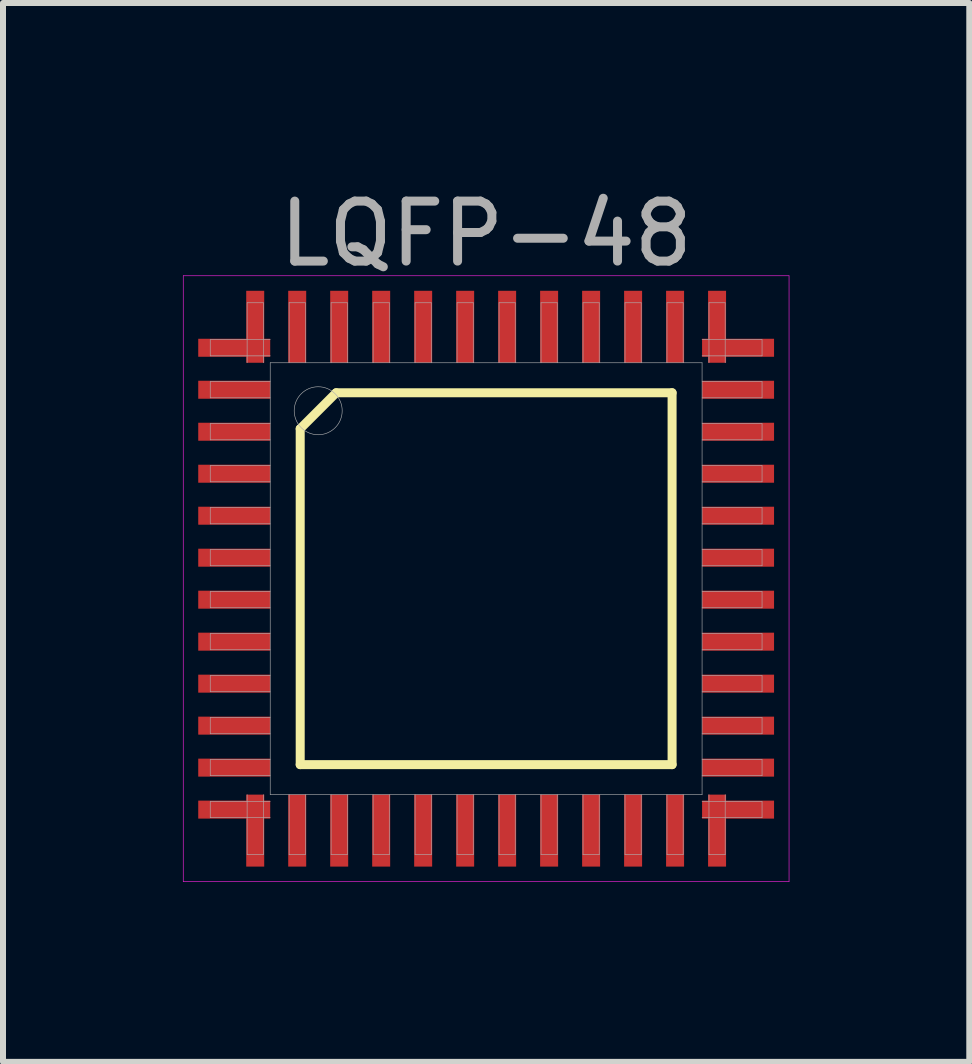
<source format=kicad_pcb>
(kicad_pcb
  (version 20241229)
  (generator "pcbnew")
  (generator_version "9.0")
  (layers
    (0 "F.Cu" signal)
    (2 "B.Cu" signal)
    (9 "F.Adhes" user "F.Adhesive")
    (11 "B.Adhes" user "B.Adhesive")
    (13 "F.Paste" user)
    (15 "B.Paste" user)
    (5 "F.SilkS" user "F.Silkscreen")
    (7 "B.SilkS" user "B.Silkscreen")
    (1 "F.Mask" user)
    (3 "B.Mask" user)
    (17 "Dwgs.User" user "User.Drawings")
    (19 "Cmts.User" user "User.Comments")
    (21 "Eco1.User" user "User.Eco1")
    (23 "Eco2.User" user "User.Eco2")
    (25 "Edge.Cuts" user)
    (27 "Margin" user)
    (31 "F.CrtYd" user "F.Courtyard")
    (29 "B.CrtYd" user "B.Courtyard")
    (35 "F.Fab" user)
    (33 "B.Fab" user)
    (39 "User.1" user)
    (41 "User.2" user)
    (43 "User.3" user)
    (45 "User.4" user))
  (footprint "LQFP-48"
    (layer "F.Cu")
    (at 5.055 6.598)
    (property "Reference" "LQFP-48" (at 0 -5.75 0) (layer "F.Fab") (effects (font (size 1 1) (thickness 0.15))))
    (attr through_hole)
    (fp_line (start -3.1 -2.5) (end -2.5 -3.1) (stroke (width 0.15) (type solid)) (layer "F.SilkS"))
    (fp_line (start -3.1 3.1) (end -3.1 -2.5) (stroke (width 0.15) (type solid)) (layer "F.SilkS"))
    (fp_line (start -2.5 -3.1) (end 3.1 -3.1) (stroke (width 0.15) (type solid)) (layer "F.SilkS"))
    (fp_line (start 3.1 -3.1) (end 3.1 3.1) (stroke (width 0.15) (type solid)) (layer "F.SilkS"))
    (fp_line (start 3.1 3.1) (end -3.1 3.1) (stroke (width 0.15) (type solid)) (layer "F.SilkS"))
    (fp_line (start -5.05 -5.05) (end 5.05 -5.05) (stroke (width 0.01) (type solid)) (layer "F.CrtYd"))
    (fp_line (start -5.05 5.05) (end -5.05 -5.05) (stroke (width 0.01) (type solid)) (layer "F.CrtYd"))
    (fp_line (start 5.05 -5.05) (end 5.05 5.05) (stroke (width 0.01) (type solid)) (layer "F.CrtYd"))
    (fp_line (start 5.05 5.05) (end -5.05 5.05) (stroke (width 0.01) (type solid)) (layer "F.CrtYd"))
    (fp_line (start -4.6 -3.985) (end -3.6 -3.985) (stroke (width 0.01) (type solid)) (layer "F.Fab"))
    (fp_line (start -4.6 -3.715) (end -4.6 -3.985) (stroke (width 0.01) (type solid)) (layer "F.Fab"))
    (fp_line (start -4.6 -3.285) (end -3.6 -3.285) (stroke (width 0.01) (type solid)) (layer "F.Fab"))
    (fp_line (start -4.6 -3.015) (end -4.6 -3.285) (stroke (width 0.01) (type solid)) (layer "F.Fab"))
    (fp_line (start -4.6 -2.585) (end -3.6 -2.585) (stroke (width 0.01) (type solid)) (layer "F.Fab"))
    (fp_line (start -4.6 -2.315) (end -4.6 -2.585) (stroke (width 0.01) (type solid)) (layer "F.Fab"))
    (fp_line (start -4.6 -1.885) (end -3.6 -1.885) (stroke (width 0.01) (type solid)) (layer "F.Fab"))
    (fp_line (start -4.6 -1.615) (end -4.6 -1.885) (stroke (width 0.01) (type solid)) (layer "F.Fab"))
    (fp_line (start -4.6 -1.185) (end -3.6 -1.185) (stroke (width 0.01) (type solid)) (layer "F.Fab"))
    (fp_line (start -4.6 -0.915) (end -4.6 -1.185) (stroke (width 0.01) (type solid)) (layer "F.Fab"))
    (fp_line (start -4.6 -0.485) (end -3.6 -0.485) (stroke (width 0.01) (type solid)) (layer "F.Fab"))
    (fp_line (start -4.6 -0.215) (end -4.6 -0.485) (stroke (width 0.01) (type solid)) (layer "F.Fab"))
    (fp_line (start -4.6 0.215) (end -3.6 0.215) (stroke (width 0.01) (type solid)) (layer "F.Fab"))
    (fp_line (start -4.6 0.485) (end -4.6 0.215) (stroke (width 0.01) (type solid)) (layer "F.Fab"))
    (fp_line (start -4.6 0.915) (end -3.6 0.915) (stroke (width 0.01) (type solid)) (layer "F.Fab"))
    (fp_line (start -4.6 1.185) (end -4.6 0.915) (stroke (width 0.01) (type solid)) (layer "F.Fab"))
    (fp_line (start -4.6 1.615) (end -3.6 1.615) (stroke (width 0.01) (type solid)) (layer "F.Fab"))
    (fp_line (start -4.6 1.885) (end -4.6 1.615) (stroke (width 0.01) (type solid)) (layer "F.Fab"))
    (fp_line (start -4.6 2.315) (end -3.6 2.315) (stroke (width 0.01) (type solid)) (layer "F.Fab"))
    (fp_line (start -4.6 2.585) (end -4.6 2.315) (stroke (width 0.01) (type solid)) (layer "F.Fab"))
    (fp_line (start -4.6 3.015) (end -3.6 3.015) (stroke (width 0.01) (type solid)) (layer "F.Fab"))
    (fp_line (start -4.6 3.285) (end -4.6 3.015) (stroke (width 0.01) (type solid)) (layer "F.Fab"))
    (fp_line (start -4.6 3.715) (end -3.6 3.715) (stroke (width 0.01) (type solid)) (layer "F.Fab"))
    (fp_line (start -4.6 3.985) (end -4.6 3.715) (stroke (width 0.01) (type solid)) (layer "F.Fab"))
    (fp_line (start -3.985 -4.6) (end -3.715 -4.6) (stroke (width 0.01) (type solid)) (layer "F.Fab"))
    (fp_line (start -3.985 -3.6) (end -3.985 -4.6) (stroke (width 0.01) (type solid)) (layer "F.Fab"))
    (fp_line (start -3.985 4.6) (end -3.985 3.6) (stroke (width 0.01) (type solid)) (layer "F.Fab"))
    (fp_line (start -3.715 -4.6) (end -3.715 -3.6) (stroke (width 0.01) (type solid)) (layer "F.Fab"))
    (fp_line (start -3.715 3.6) (end -3.715 4.6) (stroke (width 0.01) (type solid)) (layer "F.Fab"))
    (fp_line (start -3.715 4.6) (end -3.985 4.6) (stroke (width 0.01) (type solid)) (layer "F.Fab"))
    (fp_line (start -3.6 -3.715) (end -4.6 -3.715) (stroke (width 0.01) (type solid)) (layer "F.Fab"))
    (fp_line (start -3.6 -3.6) (end 3.6 -3.6) (stroke (width 0.01) (type solid)) (layer "F.Fab"))
    (fp_line (start -3.6 -3.015) (end -4.6 -3.015) (stroke (width 0.01) (type solid)) (layer "F.Fab"))
    (fp_line (start -3.6 -2.315) (end -4.6 -2.315) (stroke (width 0.01) (type solid)) (layer "F.Fab"))
    (fp_line (start -3.6 -1.615) (end -4.6 -1.615) (stroke (width 0.01) (type solid)) (layer "F.Fab"))
    (fp_line (start -3.6 -0.915) (end -4.6 -0.915) (stroke (width 0.01) (type solid)) (layer "F.Fab"))
    (fp_line (start -3.6 -0.215) (end -4.6 -0.215) (stroke (width 0.01) (type solid)) (layer "F.Fab"))
    (fp_line (start -3.6 0.485) (end -4.6 0.485) (stroke (width 0.01) (type solid)) (layer "F.Fab"))
    (fp_line (start -3.6 1.185) (end -4.6 1.185) (stroke (width 0.01) (type solid)) (layer "F.Fab"))
    (fp_line (start -3.6 1.885) (end -4.6 1.885) (stroke (width 0.01) (type solid)) (layer "F.Fab"))
    (fp_line (start -3.6 2.585) (end -4.6 2.585) (stroke (width 0.01) (type solid)) (layer "F.Fab"))
    (fp_line (start -3.6 3.285) (end -4.6 3.285) (stroke (width 0.01) (type solid)) (layer "F.Fab"))
    (fp_line (start -3.6 3.6) (end -3.6 -3.6) (stroke (width 0.01) (type solid)) (layer "F.Fab"))
    (fp_line (start -3.6 3.985) (end -4.6 3.985) (stroke (width 0.01) (type solid)) (layer "F.Fab"))
    (fp_line (start -3.285 -4.6) (end -3.015 -4.6) (stroke (width 0.01) (type solid)) (layer "F.Fab"))
    (fp_line (start -3.285 -3.6) (end -3.285 -4.6) (stroke (width 0.01) (type solid)) (layer "F.Fab"))
    (fp_line (start -3.285 4.6) (end -3.285 3.6) (stroke (width 0.01) (type solid)) (layer "F.Fab"))
    (fp_line (start -3.015 -4.6) (end -3.015 -3.6) (stroke (width 0.01) (type solid)) (layer "F.Fab"))
    (fp_line (start -3.015 3.6) (end -3.015 4.6) (stroke (width 0.01) (type solid)) (layer "F.Fab"))
    (fp_line (start -3.015 4.6) (end -3.285 4.6) (stroke (width 0.01) (type solid)) (layer "F.Fab"))
    (fp_line (start -2.585 -4.6) (end -2.315 -4.6) (stroke (width 0.01) (type solid)) (layer "F.Fab"))
    (fp_line (start -2.585 -3.6) (end -2.585 -4.6) (stroke (width 0.01) (type solid)) (layer "F.Fab"))
    (fp_line (start -2.585 4.6) (end -2.585 3.6) (stroke (width 0.01) (type solid)) (layer "F.Fab"))
    (fp_line (start -2.315 -4.6) (end -2.315 -3.6) (stroke (width 0.01) (type solid)) (layer "F.Fab"))
    (fp_line (start -2.315 3.6) (end -2.315 4.6) (stroke (width 0.01) (type solid)) (layer "F.Fab"))
    (fp_line (start -2.315 4.6) (end -2.585 4.6) (stroke (width 0.01) (type solid)) (layer "F.Fab"))
    (fp_line (start -1.885 -4.6) (end -1.615 -4.6) (stroke (width 0.01) (type solid)) (layer "F.Fab"))
    (fp_line (start -1.885 -3.6) (end -1.885 -4.6) (stroke (width 0.01) (type solid)) (layer "F.Fab"))
    (fp_line (start -1.885 4.6) (end -1.885 3.6) (stroke (width 0.01) (type solid)) (layer "F.Fab"))
    (fp_line (start -1.615 -4.6) (end -1.615 -3.6) (stroke (width 0.01) (type solid)) (layer "F.Fab"))
    (fp_line (start -1.615 3.6) (end -1.615 4.6) (stroke (width 0.01) (type solid)) (layer "F.Fab"))
    (fp_line (start -1.615 4.6) (end -1.885 4.6) (stroke (width 0.01) (type solid)) (layer "F.Fab"))
    (fp_line (start -1.185 -4.6) (end -0.915 -4.6) (stroke (width 0.01) (type solid)) (layer "F.Fab"))
    (fp_line (start -1.185 -3.6) (end -1.185 -4.6) (stroke (width 0.01) (type solid)) (layer "F.Fab"))
    (fp_line (start -1.185 4.6) (end -1.185 3.6) (stroke (width 0.01) (type solid)) (layer "F.Fab"))
    (fp_line (start -0.915 -4.6) (end -0.915 -3.6) (stroke (width 0.01) (type solid)) (layer "F.Fab"))
    (fp_line (start -0.915 3.6) (end -0.915 4.6) (stroke (width 0.01) (type solid)) (layer "F.Fab"))
    (fp_line (start -0.915 4.6) (end -1.185 4.6) (stroke (width 0.01) (type solid)) (layer "F.Fab"))
    (fp_line (start -0.485 -4.6) (end -0.215 -4.6) (stroke (width 0.01) (type solid)) (layer "F.Fab"))
    (fp_line (start -0.485 -3.6) (end -0.485 -4.6) (stroke (width 0.01) (type solid)) (layer "F.Fab"))
    (fp_line (start -0.485 4.6) (end -0.485 3.6) (stroke (width 0.01) (type solid)) (layer "F.Fab"))
    (fp_line (start -0.215 -4.6) (end -0.215 -3.6) (stroke (width 0.01) (type solid)) (layer "F.Fab"))
    (fp_line (start -0.215 3.6) (end -0.215 4.6) (stroke (width 0.01) (type solid)) (layer "F.Fab"))
    (fp_line (start -0.215 4.6) (end -0.485 4.6) (stroke (width 0.01) (type solid)) (layer "F.Fab"))
    (fp_line (start 0.215 -4.6) (end 0.485 -4.6) (stroke (width 0.01) (type solid)) (layer "F.Fab"))
    (fp_line (start 0.215 -3.6) (end 0.215 -4.6) (stroke (width 0.01) (type solid)) (layer "F.Fab"))
    (fp_line (start 0.215 4.6) (end 0.215 3.6) (stroke (width 0.01) (type solid)) (layer "F.Fab"))
    (fp_line (start 0.485 -4.6) (end 0.485 -3.6) (stroke (width 0.01) (type solid)) (layer "F.Fab"))
    (fp_line (start 0.485 3.6) (end 0.485 4.6) (stroke (width 0.01) (type solid)) (layer "F.Fab"))
    (fp_line (start 0.485 4.6) (end 0.215 4.6) (stroke (width 0.01) (type solid)) (layer "F.Fab"))
    (fp_line (start 0.915 -4.6) (end 1.185 -4.6) (stroke (width 0.01) (type solid)) (layer "F.Fab"))
    (fp_line (start 0.915 -3.6) (end 0.915 -4.6) (stroke (width 0.01) (type solid)) (layer "F.Fab"))
    (fp_line (start 0.915 4.6) (end 0.915 3.6) (stroke (width 0.01) (type solid)) (layer "F.Fab"))
    (fp_line (start 1.185 -4.6) (end 1.185 -3.6) (stroke (width 0.01) (type solid)) (layer "F.Fab"))
    (fp_line (start 1.185 3.6) (end 1.185 4.6) (stroke (width 0.01) (type solid)) (layer "F.Fab"))
    (fp_line (start 1.185 4.6) (end 0.915 4.6) (stroke (width 0.01) (type solid)) (layer "F.Fab"))
    (fp_line (start 1.615 -4.6) (end 1.885 -4.6) (stroke (width 0.01) (type solid)) (layer "F.Fab"))
    (fp_line (start 1.615 -3.6) (end 1.615 -4.6) (stroke (width 0.01) (type solid)) (layer "F.Fab"))
    (fp_line (start 1.615 4.6) (end 1.615 3.6) (stroke (width 0.01) (type solid)) (layer "F.Fab"))
    (fp_line (start 1.885 -4.6) (end 1.885 -3.6) (stroke (width 0.01) (type solid)) (layer "F.Fab"))
    (fp_line (start 1.885 3.6) (end 1.885 4.6) (stroke (width 0.01) (type solid)) (layer "F.Fab"))
    (fp_line (start 1.885 4.6) (end 1.615 4.6) (stroke (width 0.01) (type solid)) (layer "F.Fab"))
    (fp_line (start 2.315 -4.6) (end 2.585 -4.6) (stroke (width 0.01) (type solid)) (layer "F.Fab"))
    (fp_line (start 2.315 -3.6) (end 2.315 -4.6) (stroke (width 0.01) (type solid)) (layer "F.Fab"))
    (fp_line (start 2.315 4.6) (end 2.315 3.6) (stroke (width 0.01) (type solid)) (layer "F.Fab"))
    (fp_line (start 2.585 -4.6) (end 2.585 -3.6) (stroke (width 0.01) (type solid)) (layer "F.Fab"))
    (fp_line (start 2.585 3.6) (end 2.585 4.6) (stroke (width 0.01) (type solid)) (layer "F.Fab"))
    (fp_line (start 2.585 4.6) (end 2.315 4.6) (stroke (width 0.01) (type solid)) (layer "F.Fab"))
    (fp_line (start 3.015 -4.6) (end 3.285 -4.6) (stroke (width 0.01) (type solid)) (layer "F.Fab"))
    (fp_line (start 3.015 -3.6) (end 3.015 -4.6) (stroke (width 0.01) (type solid)) (layer "F.Fab"))
    (fp_line (start 3.015 4.6) (end 3.015 3.6) (stroke (width 0.01) (type solid)) (layer "F.Fab"))
    (fp_line (start 3.285 -4.6) (end 3.285 -3.6) (stroke (width 0.01) (type solid)) (layer "F.Fab"))
    (fp_line (start 3.285 3.6) (end 3.285 4.6) (stroke (width 0.01) (type solid)) (layer "F.Fab"))
    (fp_line (start 3.285 4.6) (end 3.015 4.6) (stroke (width 0.01) (type solid)) (layer "F.Fab"))
    (fp_line (start 3.6 -3.985) (end 4.6 -3.985) (stroke (width 0.01) (type solid)) (layer "F.Fab"))
    (fp_line (start 3.6 -3.6) (end 3.6 3.6) (stroke (width 0.01) (type solid)) (layer "F.Fab"))
    (fp_line (start 3.6 -3.285) (end 4.6 -3.285) (stroke (width 0.01) (type solid)) (layer "F.Fab"))
    (fp_line (start 3.6 -2.585) (end 4.6 -2.585) (stroke (width 0.01) (type solid)) (layer "F.Fab"))
    (fp_line (start 3.6 -1.885) (end 4.6 -1.885) (stroke (width 0.01) (type solid)) (layer "F.Fab"))
    (fp_line (start 3.6 -1.185) (end 4.6 -1.185) (stroke (width 0.01) (type solid)) (layer "F.Fab"))
    (fp_line (start 3.6 -0.485) (end 4.6 -0.485) (stroke (width 0.01) (type solid)) (layer "F.Fab"))
    (fp_line (start 3.6 0.215) (end 4.6 0.215) (stroke (width 0.01) (type solid)) (layer "F.Fab"))
    (fp_line (start 3.6 0.915) (end 4.6 0.915) (stroke (width 0.01) (type solid)) (layer "F.Fab"))
    (fp_line (start 3.6 1.615) (end 4.6 1.615) (stroke (width 0.01) (type solid)) (layer "F.Fab"))
    (fp_line (start 3.6 2.315) (end 4.6 2.315) (stroke (width 0.01) (type solid)) (layer "F.Fab"))
    (fp_line (start 3.6 3.015) (end 4.6 3.015) (stroke (width 0.01) (type solid)) (layer "F.Fab"))
    (fp_line (start 3.6 3.6) (end -3.6 3.6) (stroke (width 0.01) (type solid)) (layer "F.Fab"))
    (fp_line (start 3.6 3.715) (end 4.6 3.715) (stroke (width 0.01) (type solid)) (layer "F.Fab"))
    (fp_line (start 3.715 -4.6) (end 3.985 -4.6) (stroke (width 0.01) (type solid)) (layer "F.Fab"))
    (fp_line (start 3.715 -3.6) (end 3.715 -4.6) (stroke (width 0.01) (type solid)) (layer "F.Fab"))
    (fp_line (start 3.715 4.6) (end 3.715 3.6) (stroke (width 0.01) (type solid)) (layer "F.Fab"))
    (fp_line (start 3.985 -4.6) (end 3.985 -3.6) (stroke (width 0.01) (type solid)) (layer "F.Fab"))
    (fp_line (start 3.985 3.6) (end 3.985 4.6) (stroke (width 0.01) (type solid)) (layer "F.Fab"))
    (fp_line (start 3.985 4.6) (end 3.715 4.6) (stroke (width 0.01) (type solid)) (layer "F.Fab"))
    (fp_line (start 4.6 -3.985) (end 4.6 -3.715) (stroke (width 0.01) (type solid)) (layer "F.Fab"))
    (fp_line (start 4.6 -3.715) (end 3.6 -3.715) (stroke (width 0.01) (type solid)) (layer "F.Fab"))
    (fp_line (start 4.6 -3.285) (end 4.6 -3.015) (stroke (width 0.01) (type solid)) (layer "F.Fab"))
    (fp_line (start 4.6 -3.015) (end 3.6 -3.015) (stroke (width 0.01) (type solid)) (layer "F.Fab"))
    (fp_line (start 4.6 -2.585) (end 4.6 -2.315) (stroke (width 0.01) (type solid)) (layer "F.Fab"))
    (fp_line (start 4.6 -2.315) (end 3.6 -2.315) (stroke (width 0.01) (type solid)) (layer "F.Fab"))
    (fp_line (start 4.6 -1.885) (end 4.6 -1.615) (stroke (width 0.01) (type solid)) (layer "F.Fab"))
    (fp_line (start 4.6 -1.615) (end 3.6 -1.615) (stroke (width 0.01) (type solid)) (layer "F.Fab"))
    (fp_line (start 4.6 -1.185) (end 4.6 -0.915) (stroke (width 0.01) (type solid)) (layer "F.Fab"))
    (fp_line (start 4.6 -0.915) (end 3.6 -0.915) (stroke (width 0.01) (type solid)) (layer "F.Fab"))
    (fp_line (start 4.6 -0.485) (end 4.6 -0.215) (stroke (width 0.01) (type solid)) (layer "F.Fab"))
    (fp_line (start 4.6 -0.215) (end 3.6 -0.215) (stroke (width 0.01) (type solid)) (layer "F.Fab"))
    (fp_line (start 4.6 0.215) (end 4.6 0.485) (stroke (width 0.01) (type solid)) (layer "F.Fab"))
    (fp_line (start 4.6 0.485) (end 3.6 0.485) (stroke (width 0.01) (type solid)) (layer "F.Fab"))
    (fp_line (start 4.6 0.915) (end 4.6 1.185) (stroke (width 0.01) (type solid)) (layer "F.Fab"))
    (fp_line (start 4.6 1.185) (end 3.6 1.185) (stroke (width 0.01) (type solid)) (layer "F.Fab"))
    (fp_line (start 4.6 1.615) (end 4.6 1.885) (stroke (width 0.01) (type solid)) (layer "F.Fab"))
    (fp_line (start 4.6 1.885) (end 3.6 1.885) (stroke (width 0.01) (type solid)) (layer "F.Fab"))
    (fp_line (start 4.6 2.315) (end 4.6 2.585) (stroke (width 0.01) (type solid)) (layer "F.Fab"))
    (fp_line (start 4.6 2.585) (end 3.6 2.585) (stroke (width 0.01) (type solid)) (layer "F.Fab"))
    (fp_line (start 4.6 3.015) (end 4.6 3.285) (stroke (width 0.01) (type solid)) (layer "F.Fab"))
    (fp_line (start 4.6 3.285) (end 3.6 3.285) (stroke (width 0.01) (type solid)) (layer "F.Fab"))
    (fp_line (start 4.6 3.715) (end 4.6 3.985) (stroke (width 0.01) (type solid)) (layer "F.Fab"))
    (fp_line (start 4.6 3.985) (end 3.6 3.985) (stroke (width 0.01) (type solid)) (layer "F.Fab"))
    (fp_circle (center -2.8 -2.8) (end -2.8 -2.4) (stroke (width 0.01) (type solid)) (fill no) (layer "F.Fab"))
    (pad "1" smd rect (at -4.2 -3.85) (size 1.2 0.3) (layers "F.Cu" "F.Mask" "F.Paste"))
    (pad "2" smd rect (at -4.2 -3.15) (size 1.2 0.3) (layers "F.Cu" "F.Mask" "F.Paste"))
    (pad "3" smd rect (at -4.2 -2.45) (size 1.2 0.3) (layers "F.Cu" "F.Mask" "F.Paste"))
    (pad "4" smd rect (at -4.2 -1.75) (size 1.2 0.3) (layers "F.Cu" "F.Mask" "F.Paste"))
    (pad "5" smd rect (at -4.2 -1.05) (size 1.2 0.3) (layers "F.Cu" "F.Mask" "F.Paste"))
    (pad "6" smd rect (at -4.2 -0.35) (size 1.2 0.3) (layers "F.Cu" "F.Mask" "F.Paste"))
    (pad "7" smd rect (at -4.2 0.35) (size 1.2 0.3) (layers "F.Cu" "F.Mask" "F.Paste"))
    (pad "8" smd rect (at -4.2 1.05) (size 1.2 0.3) (layers "F.Cu" "F.Mask" "F.Paste"))
    (pad "9" smd rect (at -4.2 1.75) (size 1.2 0.3) (layers "F.Cu" "F.Mask" "F.Paste"))
    (pad "10" smd rect (at -4.2 2.45) (size 1.2 0.3) (layers "F.Cu" "F.Mask" "F.Paste"))
    (pad "11" smd rect (at -4.2 3.15) (size 1.2 0.3) (layers "F.Cu" "F.Mask" "F.Paste"))
    (pad "12" smd rect (at -4.2 3.85) (size 1.2 0.3) (layers "F.Cu" "F.Mask" "F.Paste"))
    (pad "13" smd rect (at -3.85 4.2) (size 0.3 1.2) (layers "F.Cu" "F.Mask" "F.Paste"))
    (pad "14" smd rect (at -3.15 4.2) (size 0.3 1.2) (layers "F.Cu" "F.Mask" "F.Paste"))
    (pad "15" smd rect (at -2.45 4.2) (size 0.3 1.2) (layers "F.Cu" "F.Mask" "F.Paste"))
    (pad "16" smd rect (at -1.75 4.2) (size 0.3 1.2) (layers "F.Cu" "F.Mask" "F.Paste"))
    (pad "17" smd rect (at -1.05 4.2) (size 0.3 1.2) (layers "F.Cu" "F.Mask" "F.Paste"))
    (pad "18" smd rect (at -0.35 4.2) (size 0.3 1.2) (layers "F.Cu" "F.Mask" "F.Paste"))
    (pad "19" smd rect (at 0.35 4.2) (size 0.3 1.2) (layers "F.Cu" "F.Mask" "F.Paste"))
    (pad "20" smd rect (at 1.05 4.2) (size 0.3 1.2) (layers "F.Cu" "F.Mask" "F.Paste"))
    (pad "21" smd rect (at 1.75 4.2) (size 0.3 1.2) (layers "F.Cu" "F.Mask" "F.Paste"))
    (pad "22" smd rect (at 2.45 4.2) (size 0.3 1.2) (layers "F.Cu" "F.Mask" "F.Paste"))
    (pad "23" smd rect (at 3.15 4.2) (size 0.3 1.2) (layers "F.Cu" "F.Mask" "F.Paste"))
    (pad "24" smd rect (at 3.85 4.2) (size 0.3 1.2) (layers "F.Cu" "F.Mask" "F.Paste"))
    (pad "25" smd rect (at 4.2 3.85) (size 1.2 0.3) (layers "F.Cu" "F.Mask" "F.Paste"))
    (pad "26" smd rect (at 4.2 3.15) (size 1.2 0.3) (layers "F.Cu" "F.Mask" "F.Paste"))
    (pad "27" smd rect (at 4.2 2.45) (size 1.2 0.3) (layers "F.Cu" "F.Mask" "F.Paste"))
    (pad "28" smd rect (at 4.2 1.75) (size 1.2 0.3) (layers "F.Cu" "F.Mask" "F.Paste"))
    (pad "29" smd rect (at 4.2 1.05) (size 1.2 0.3) (layers "F.Cu" "F.Mask" "F.Paste"))
    (pad "30" smd rect (at 4.2 0.35) (size 1.2 0.3) (layers "F.Cu" "F.Mask" "F.Paste"))
    (pad "31" smd rect (at 4.2 -0.35) (size 1.2 0.3) (layers "F.Cu" "F.Mask" "F.Paste"))
    (pad "32" smd rect (at 4.2 -1.05) (size 1.2 0.3) (layers "F.Cu" "F.Mask" "F.Paste"))
    (pad "33" smd rect (at 4.2 -1.75) (size 1.2 0.3) (layers "F.Cu" "F.Mask" "F.Paste"))
    (pad "34" smd rect (at 4.2 -2.45) (size 1.2 0.3) (layers "F.Cu" "F.Mask" "F.Paste"))
    (pad "35" smd rect (at 4.2 -3.15) (size 1.2 0.3) (layers "F.Cu" "F.Mask" "F.Paste"))
    (pad "36" smd rect (at 4.2 -3.85) (size 1.2 0.3) (layers "F.Cu" "F.Mask" "F.Paste"))
    (pad "37" smd rect (at 3.85 -4.2) (size 0.3 1.2) (layers "F.Cu" "F.Mask" "F.Paste"))
    (pad "38" smd rect (at 3.15 -4.2) (size 0.3 1.2) (layers "F.Cu" "F.Mask" "F.Paste"))
    (pad "39" smd rect (at 2.45 -4.2) (size 0.3 1.2) (layers "F.Cu" "F.Mask" "F.Paste"))
    (pad "40" smd rect (at 1.75 -4.2) (size 0.3 1.2) (layers "F.Cu" "F.Mask" "F.Paste"))
    (pad "41" smd rect (at 1.05 -4.2) (size 0.3 1.2) (layers "F.Cu" "F.Mask" "F.Paste"))
    (pad "42" smd rect (at 0.35 -4.2) (size 0.3 1.2) (layers "F.Cu" "F.Mask" "F.Paste"))
    (pad "43" smd rect (at -0.35 -4.2) (size 0.3 1.2) (layers "F.Cu" "F.Mask" "F.Paste"))
    (pad "44" smd rect (at -1.05 -4.2) (size 0.3 1.2) (layers "F.Cu" "F.Mask" "F.Paste"))
    (pad "45" smd rect (at -1.75 -4.2) (size 0.3 1.2) (layers "F.Cu" "F.Mask" "F.Paste"))
    (pad "46" smd rect (at -2.45 -4.2) (size 0.3 1.2) (layers "F.Cu" "F.Mask" "F.Paste"))
    (pad "47" smd rect (at -3.15 -4.2) (size 0.3 1.2) (layers "F.Cu" "F.Mask" "F.Paste"))
    (pad "48" smd rect (at -3.85 -4.2) (size 0.3 1.2) (layers "F.Cu" "F.Mask" "F.Paste")))
  (gr_rect
    (start -3 -3)
    (end 13.11 14.653)
    (stroke (width 0.1) (type default))
    (fill no)
    (layer "Edge.Cuts")))
</source>
